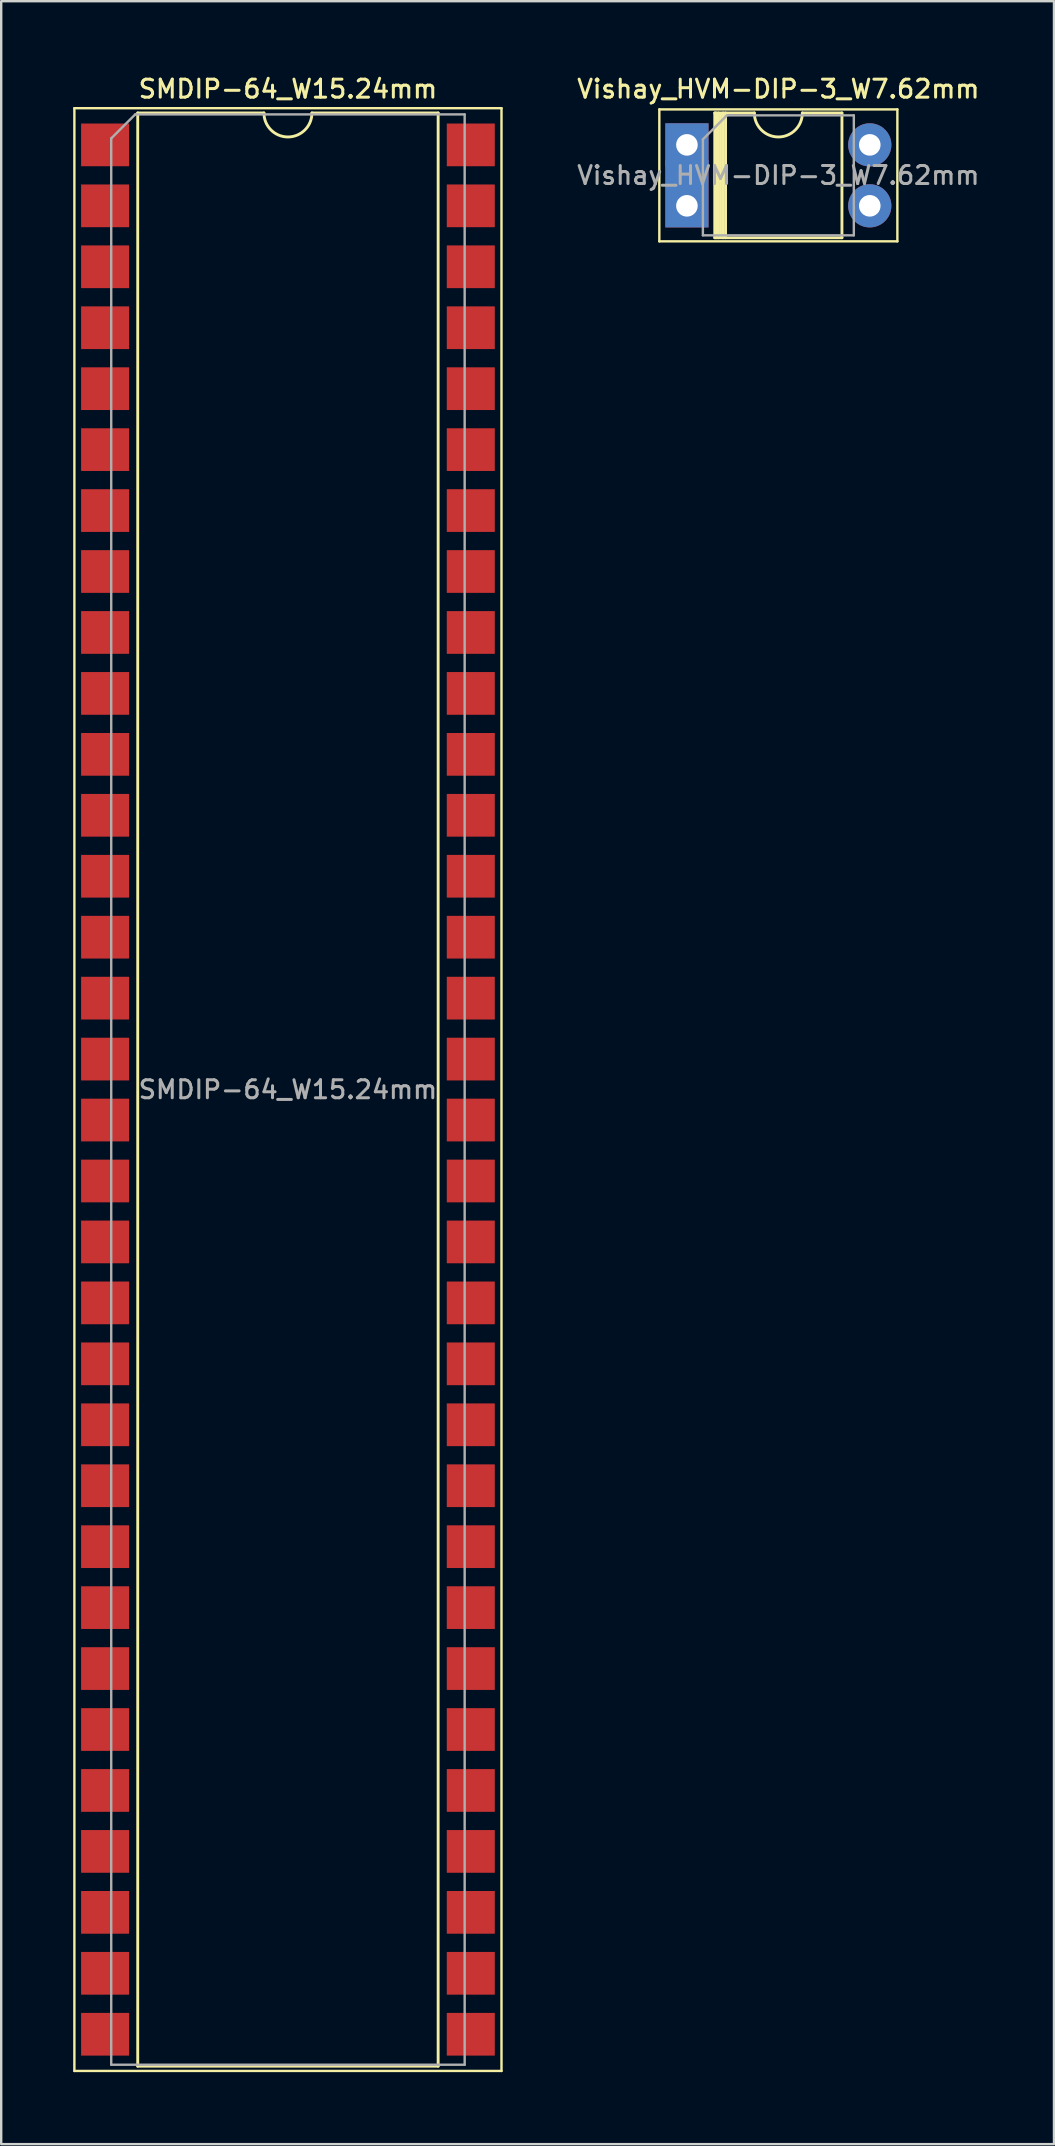
<source format=kicad_pcb>
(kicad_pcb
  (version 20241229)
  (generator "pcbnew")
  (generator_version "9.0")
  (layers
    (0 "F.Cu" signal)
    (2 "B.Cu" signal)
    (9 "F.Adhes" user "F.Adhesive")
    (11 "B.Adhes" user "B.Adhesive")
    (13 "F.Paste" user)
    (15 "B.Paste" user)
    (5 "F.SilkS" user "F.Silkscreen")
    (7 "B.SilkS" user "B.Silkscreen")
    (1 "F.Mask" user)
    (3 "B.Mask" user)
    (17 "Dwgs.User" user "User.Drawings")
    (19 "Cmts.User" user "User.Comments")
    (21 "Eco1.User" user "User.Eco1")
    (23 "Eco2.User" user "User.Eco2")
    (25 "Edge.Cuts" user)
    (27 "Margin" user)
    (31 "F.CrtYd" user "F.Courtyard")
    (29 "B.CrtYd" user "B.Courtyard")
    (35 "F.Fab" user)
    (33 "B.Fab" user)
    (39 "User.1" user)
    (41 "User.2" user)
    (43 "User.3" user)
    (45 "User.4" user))
  (footprint "Vishay_HVM-DIP-3_W7.62mm"
    (layer "F.Cu")
    (at 25.578 2.988)
    (property "Reference" "Vishay_HVM-DIP-3_W7.62mm" (at 3.81 -2.33 0) (layer "F.SilkS") (effects (font (size 0.75 0.75) (thickness 0.125))))
    (attr through_hole)
    (fp_line (start -1.15 -1.48) (end -1.15 4.02) (stroke (width 0.1) (type solid)) (layer "F.SilkS"))
    (fp_line (start -1.15 -1.48) (end 8.77 -1.48) (stroke (width 0.1) (type solid)) (layer "F.SilkS"))
    (fp_line (start 1.16 -1.33) (end 1.16 3.87) (stroke (width 0.12) (type solid)) (layer "F.SilkS"))
    (fp_line (start 1.16 3.87) (end 6.46 3.87) (stroke (width 0.12) (type solid)) (layer "F.SilkS"))
    (fp_line (start 1.21 3.87) (end 1.21 -1.33) (stroke (width 0.12) (type solid)) (layer "F.SilkS"))
    (fp_line (start 1.31 -1.33) (end 1.31 3.87) (stroke (width 0.12) (type solid)) (layer "F.SilkS"))
    (fp_line (start 1.4 -1.3) (end 1.4 3.8) (stroke (width 0.12) (type solid)) (layer "F.SilkS"))
    (fp_line (start 1.51 -1.33) (end 1.51 3.87) (stroke (width 0.12) (type solid)) (layer "F.SilkS"))
    (fp_line (start 1.61 3.87) (end 1.61 -1.33) (stroke (width 0.12) (type solid)) (layer "F.SilkS"))
    (fp_line (start 2.81 -1.33) (end 1.16 -1.33) (stroke (width 0.12) (type solid)) (layer "F.SilkS"))
    (fp_line (start 6.46 -1.33) (end 4.81 -1.33) (stroke (width 0.12) (type solid)) (layer "F.SilkS"))
    (fp_line (start 6.46 3.87) (end 6.46 -1.33) (stroke (width 0.12) (type solid)) (layer "F.SilkS"))
    (fp_line (start 8.77 4.02) (end -1.15 4.02) (stroke (width 0.1) (type solid)) (layer "F.SilkS"))
    (fp_line (start 8.77 4.02) (end 8.77 -1.48) (stroke (width 0.1) (type solid)) (layer "F.SilkS"))
    (fp_arc (start 4.81 -1.33) (mid 3.81 -0.33) (end 2.81 -1.33) (stroke (width 0.12) (type solid)) (layer "F.SilkS"))
    (fp_line (start 0.665 -0.23) (end 1.665 -1.23) (stroke (width 0.1) (type solid)) (layer "F.Fab"))
    (fp_line (start 0.665 3.77) (end 0.665 -0.23) (stroke (width 0.1) (type solid)) (layer "F.Fab"))
    (fp_line (start 1.665 -1.23) (end 6.955 -1.23) (stroke (width 0.1) (type solid)) (layer "F.Fab"))
    (fp_line (start 6.955 -1.23) (end 6.955 3.77) (stroke (width 0.1) (type solid)) (layer "F.Fab"))
    (fp_line (start 6.955 3.77) (end 0.665 3.77) (stroke (width 0.1) (type solid)) (layer "F.Fab"))
    (fp_text user "${REFERENCE}" (at 3.81 1.27 0) (layer "F.Fab") (effects (font (size 0.75 0.75) (thickness 0.125))))
    (pad "1" thru_hole rect (at 0 0) (size 1.8 1.8) (drill 0.9) (layers "*.Cu" "*.Mask"))
    (pad "1" thru_hole rect (at 0 2.54) (size 1.8 2.8) (drill 0.9 (offset 0 -0.5)) (layers "*.Cu" "*.Mask"))
    (pad "2" thru_hole oval (at 7.62 2.54) (size 1.8 1.8) (drill 0.9) (layers "*.Cu" "*.Mask"))
    (pad "3" thru_hole oval (at 7.62 0) (size 1.8 1.8) (drill 0.9) (layers "*.Cu" "*.Mask")))
  (footprint "SMDIP-64_W15.24mm"
    (layer "F.Cu")
    (at 8.95 42.358)
    (property "Reference" "SMDIP-64_W15.24mm" (at 0 -41.7 0) (layer "F.SilkS") (effects (font (size 0.75 0.75) (thickness 0.125))))
    (attr smd)
    (fp_line (start -8.9 -40.9) (end -8.9 40.9) (stroke (width 0.1) (type solid)) (layer "F.SilkS"))
    (fp_line (start -8.9 40.9) (end 8.9 40.9) (stroke (width 0.1) (type solid)) (layer "F.SilkS"))
    (fp_line (start -6.26 -40.7) (end -6.26 40.7) (stroke (width 0.12) (type solid)) (layer "F.SilkS"))
    (fp_line (start -6.26 40.7) (end 6.26 40.7) (stroke (width 0.12) (type solid)) (layer "F.SilkS"))
    (fp_line (start -1 -40.7) (end -6.26 -40.7) (stroke (width 0.12) (type solid)) (layer "F.SilkS"))
    (fp_line (start 6.26 -40.7) (end 1 -40.7) (stroke (width 0.12) (type solid)) (layer "F.SilkS"))
    (fp_line (start 6.26 40.7) (end 6.26 -40.7) (stroke (width 0.12) (type solid)) (layer "F.SilkS"))
    (fp_line (start 8.9 -40.9) (end -8.9 -40.9) (stroke (width 0.1) (type solid)) (layer "F.SilkS"))
    (fp_line (start 8.9 40.9) (end 8.9 -40.9) (stroke (width 0.1) (type solid)) (layer "F.SilkS"))
    (fp_arc (start 1 -40.7) (mid 0 -39.7) (end -1 -40.7) (stroke (width 0.12) (type solid)) (layer "F.SilkS"))
    (fp_line (start -7.365 -39.64) (end -6.365 -40.64) (stroke (width 0.1) (type solid)) (layer "F.Fab"))
    (fp_line (start -7.365 40.64) (end -7.365 -39.64) (stroke (width 0.1) (type solid)) (layer "F.Fab"))
    (fp_line (start -6.365 -40.64) (end 7.365 -40.64) (stroke (width 0.1) (type solid)) (layer "F.Fab"))
    (fp_line (start 7.365 -40.64) (end 7.365 40.64) (stroke (width 0.1) (type solid)) (layer "F.Fab"))
    (fp_line (start 7.365 40.64) (end -7.365 40.64) (stroke (width 0.1) (type solid)) (layer "F.Fab"))
    (fp_text user "${REFERENCE}" (at 0 0 0) (layer "F.Fab") (effects (font (size 0.75 0.75) (thickness 0.125))))
    (pad "1" smd rect (at -7.62 -39.37) (size 2 1.78) (layers "F.Cu" "F.Mask" "F.Paste"))
    (pad "2" smd rect (at -7.62 -36.83) (size 2 1.78) (layers "F.Cu" "F.Mask" "F.Paste"))
    (pad "3" smd rect (at -7.62 -34.29) (size 2 1.78) (layers "F.Cu" "F.Mask" "F.Paste"))
    (pad "4" smd rect (at -7.62 -31.75) (size 2 1.78) (layers "F.Cu" "F.Mask" "F.Paste"))
    (pad "5" smd rect (at -7.62 -29.21) (size 2 1.78) (layers "F.Cu" "F.Mask" "F.Paste"))
    (pad "6" smd rect (at -7.62 -26.67) (size 2 1.78) (layers "F.Cu" "F.Mask" "F.Paste"))
    (pad "7" smd rect (at -7.62 -24.13) (size 2 1.78) (layers "F.Cu" "F.Mask" "F.Paste"))
    (pad "8" smd rect (at -7.62 -21.59) (size 2 1.78) (layers "F.Cu" "F.Mask" "F.Paste"))
    (pad "9" smd rect (at -7.62 -19.05) (size 2 1.78) (layers "F.Cu" "F.Mask" "F.Paste"))
    (pad "10" smd rect (at -7.62 -16.51) (size 2 1.78) (layers "F.Cu" "F.Mask" "F.Paste"))
    (pad "11" smd rect (at -7.62 -13.97) (size 2 1.78) (layers "F.Cu" "F.Mask" "F.Paste"))
    (pad "12" smd rect (at -7.62 -11.43) (size 2 1.78) (layers "F.Cu" "F.Mask" "F.Paste"))
    (pad "13" smd rect (at -7.62 -8.89) (size 2 1.78) (layers "F.Cu" "F.Mask" "F.Paste"))
    (pad "14" smd rect (at -7.62 -6.35) (size 2 1.78) (layers "F.Cu" "F.Mask" "F.Paste"))
    (pad "15" smd rect (at -7.62 -3.81) (size 2 1.78) (layers "F.Cu" "F.Mask" "F.Paste"))
    (pad "16" smd rect (at -7.62 -1.27) (size 2 1.78) (layers "F.Cu" "F.Mask" "F.Paste"))
    (pad "17" smd rect (at -7.62 1.27) (size 2 1.78) (layers "F.Cu" "F.Mask" "F.Paste"))
    (pad "18" smd rect (at -7.62 3.81) (size 2 1.78) (layers "F.Cu" "F.Mask" "F.Paste"))
    (pad "19" smd rect (at -7.62 6.35) (size 2 1.78) (layers "F.Cu" "F.Mask" "F.Paste"))
    (pad "20" smd rect (at -7.62 8.89) (size 2 1.78) (layers "F.Cu" "F.Mask" "F.Paste"))
    (pad "21" smd rect (at -7.62 11.43) (size 2 1.78) (layers "F.Cu" "F.Mask" "F.Paste"))
    (pad "22" smd rect (at -7.62 13.97) (size 2 1.78) (layers "F.Cu" "F.Mask" "F.Paste"))
    (pad "23" smd rect (at -7.62 16.51) (size 2 1.78) (layers "F.Cu" "F.Mask" "F.Paste"))
    (pad "24" smd rect (at -7.62 19.05) (size 2 1.78) (layers "F.Cu" "F.Mask" "F.Paste"))
    (pad "25" smd rect (at -7.62 21.59) (size 2 1.78) (layers "F.Cu" "F.Mask" "F.Paste"))
    (pad "26" smd rect (at -7.62 24.13) (size 2 1.78) (layers "F.Cu" "F.Mask" "F.Paste"))
    (pad "27" smd rect (at -7.62 26.67) (size 2 1.78) (layers "F.Cu" "F.Mask" "F.Paste"))
    (pad "28" smd rect (at -7.62 29.21) (size 2 1.78) (layers "F.Cu" "F.Mask" "F.Paste"))
    (pad "29" smd rect (at -7.62 31.75) (size 2 1.78) (layers "F.Cu" "F.Mask" "F.Paste"))
    (pad "30" smd rect (at -7.62 34.29) (size 2 1.78) (layers "F.Cu" "F.Mask" "F.Paste"))
    (pad "31" smd rect (at -7.62 36.83) (size 2 1.78) (layers "F.Cu" "F.Mask" "F.Paste"))
    (pad "32" smd rect (at -7.62 39.37) (size 2 1.78) (layers "F.Cu" "F.Mask" "F.Paste"))
    (pad "33" smd rect (at 7.62 39.37) (size 2 1.78) (layers "F.Cu" "F.Mask" "F.Paste"))
    (pad "34" smd rect (at 7.62 36.83) (size 2 1.78) (layers "F.Cu" "F.Mask" "F.Paste"))
    (pad "35" smd rect (at 7.62 34.29) (size 2 1.78) (layers "F.Cu" "F.Mask" "F.Paste"))
    (pad "36" smd rect (at 7.62 31.75) (size 2 1.78) (layers "F.Cu" "F.Mask" "F.Paste"))
    (pad "37" smd rect (at 7.62 29.21) (size 2 1.78) (layers "F.Cu" "F.Mask" "F.Paste"))
    (pad "38" smd rect (at 7.62 26.67) (size 2 1.78) (layers "F.Cu" "F.Mask" "F.Paste"))
    (pad "39" smd rect (at 7.62 24.13) (size 2 1.78) (layers "F.Cu" "F.Mask" "F.Paste"))
    (pad "40" smd rect (at 7.62 21.59) (size 2 1.78) (layers "F.Cu" "F.Mask" "F.Paste"))
    (pad "41" smd rect (at 7.62 19.05) (size 2 1.78) (layers "F.Cu" "F.Mask" "F.Paste"))
    (pad "42" smd rect (at 7.62 16.51) (size 2 1.78) (layers "F.Cu" "F.Mask" "F.Paste"))
    (pad "43" smd rect (at 7.62 13.97) (size 2 1.78) (layers "F.Cu" "F.Mask" "F.Paste"))
    (pad "44" smd rect (at 7.62 11.43) (size 2 1.78) (layers "F.Cu" "F.Mask" "F.Paste"))
    (pad "45" smd rect (at 7.62 8.89) (size 2 1.78) (layers "F.Cu" "F.Mask" "F.Paste"))
    (pad "46" smd rect (at 7.62 6.35) (size 2 1.78) (layers "F.Cu" "F.Mask" "F.Paste"))
    (pad "47" smd rect (at 7.62 3.81) (size 2 1.78) (layers "F.Cu" "F.Mask" "F.Paste"))
    (pad "48" smd rect (at 7.62 1.27) (size 2 1.78) (layers "F.Cu" "F.Mask" "F.Paste"))
    (pad "49" smd rect (at 7.62 -1.27) (size 2 1.78) (layers "F.Cu" "F.Mask" "F.Paste"))
    (pad "50" smd rect (at 7.62 -3.81) (size 2 1.78) (layers "F.Cu" "F.Mask" "F.Paste"))
    (pad "51" smd rect (at 7.62 -6.35) (size 2 1.78) (layers "F.Cu" "F.Mask" "F.Paste"))
    (pad "52" smd rect (at 7.62 -8.89) (size 2 1.78) (layers "F.Cu" "F.Mask" "F.Paste"))
    (pad "53" smd rect (at 7.62 -11.43) (size 2 1.78) (layers "F.Cu" "F.Mask" "F.Paste"))
    (pad "54" smd rect (at 7.62 -13.97) (size 2 1.78) (layers "F.Cu" "F.Mask" "F.Paste"))
    (pad "55" smd rect (at 7.62 -16.51) (size 2 1.78) (layers "F.Cu" "F.Mask" "F.Paste"))
    (pad "56" smd rect (at 7.62 -19.05) (size 2 1.78) (layers "F.Cu" "F.Mask" "F.Paste"))
    (pad "57" smd rect (at 7.62 -21.59) (size 2 1.78) (layers "F.Cu" "F.Mask" "F.Paste"))
    (pad "58" smd rect (at 7.62 -24.13) (size 2 1.78) (layers "F.Cu" "F.Mask" "F.Paste"))
    (pad "59" smd rect (at 7.62 -26.67) (size 2 1.78) (layers "F.Cu" "F.Mask" "F.Paste"))
    (pad "60" smd rect (at 7.62 -29.21) (size 2 1.78) (layers "F.Cu" "F.Mask" "F.Paste"))
    (pad "61" smd rect (at 7.62 -31.75) (size 2 1.78) (layers "F.Cu" "F.Mask" "F.Paste"))
    (pad "62" smd rect (at 7.62 -34.29) (size 2 1.78) (layers "F.Cu" "F.Mask" "F.Paste"))
    (pad "63" smd rect (at 7.62 -36.83) (size 2 1.78) (layers "F.Cu" "F.Mask" "F.Paste"))
    (pad "64" smd rect (at 7.62 -39.37) (size 2 1.78) (layers "F.Cu" "F.Mask" "F.Paste")))
  (gr_rect
    (start -3 -3)
    (end 40.875 86.308)
    (stroke (width 0.1) (type default))
    (fill no)
    (layer "Edge.Cuts")))
</source>
